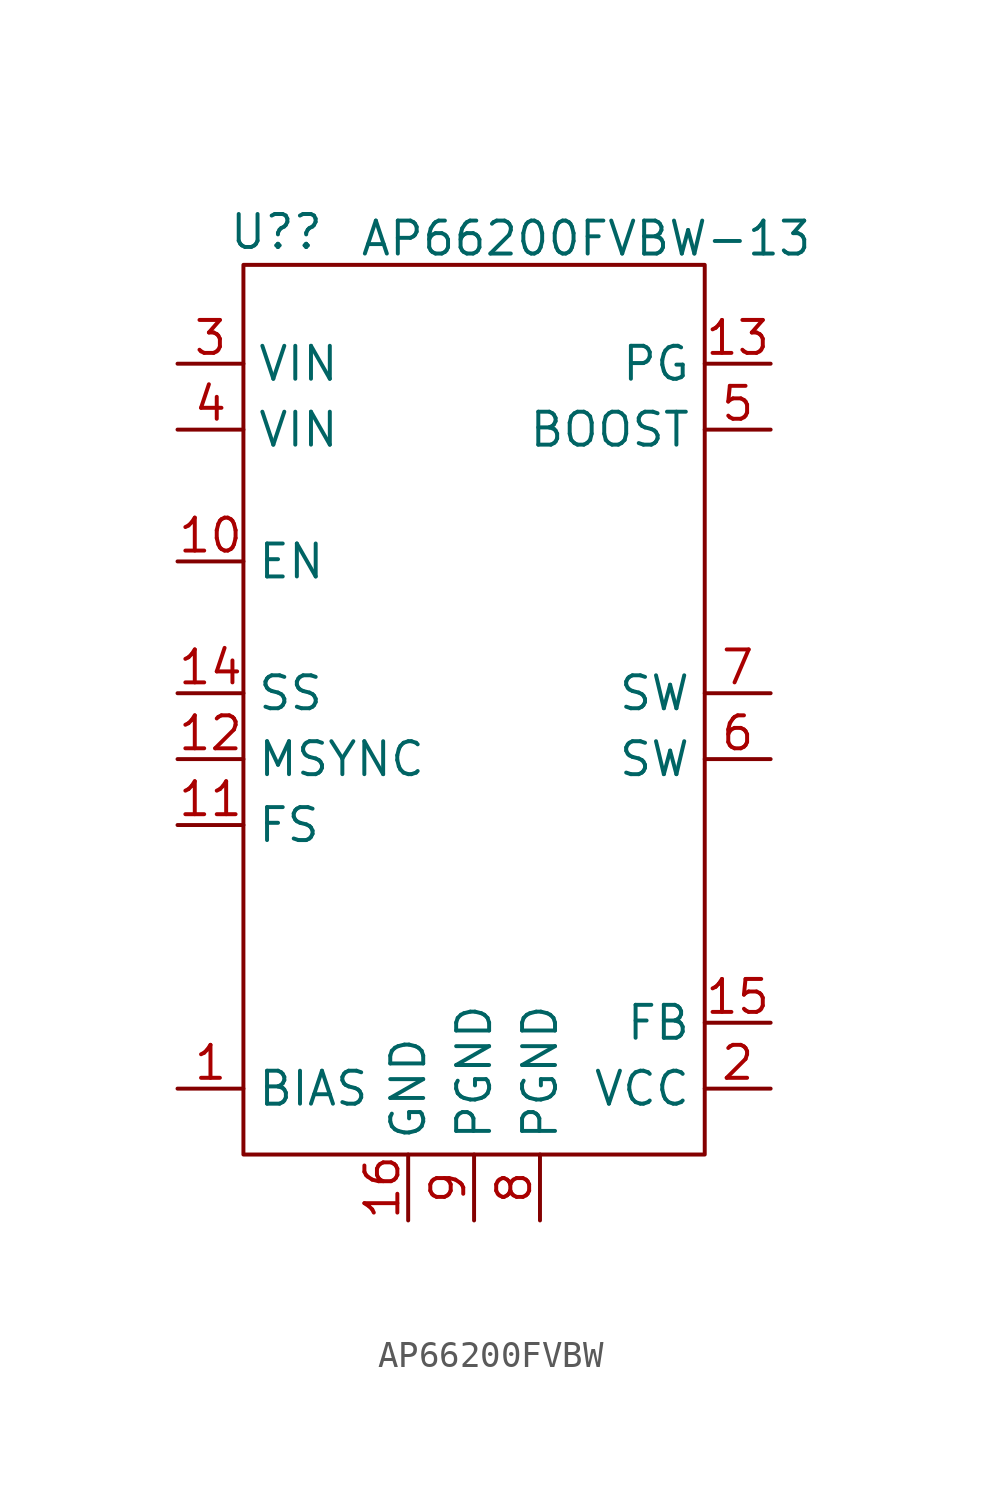
<source format=kicad_sym>
(kicad_symbol_lib
  (version 20231120)
  (generator "kicad_symbol_editor")
  (generator_version "8.0")
  (symbol "AP66200FVBW"
    (property "Reference" "U?"
      (at -7.62 17.78 0)
      (effects (font (size 1.27 1.27))))
    (property "Value" "AP66200FVBW-13"
      (at 4.318 17.526 0)
      (effects (font (size 1.27 1.27))))
    (symbol "AP66200FVBW_0_1"
      (rectangle (start -8.89 16.51) (end 8.89 -17.78) (stroke (width 0) (type default)) (fill (type none))))
    (symbol "AP66200FVBW_1_1"
      (pin power_in line (at -11.43 -15.24 0) (length 2.54) (name "BIAS" (effects (font (size 1.27 1.27)))) (number "1" (effects (font (size 1.27 1.27)))))
      (pin input line (at -11.43 5.08 0) (length 2.54) (name "EN" (effects (font (size 1.27 1.27)))) (number "10" (effects (font (size 1.27 1.27)))))
      (pin input line (at -11.43 -5.08 0) (length 2.54) (name "FS" (effects (font (size 1.27 1.27)))) (number "11" (effects (font (size 1.27 1.27)))))
      (pin input line (at -11.43 -2.54 0) (length 2.54) (name "MSYNC" (effects (font (size 1.27 1.27)))) (number "12" (effects (font (size 1.27 1.27)))))
      (pin open_collector line (at 11.43 12.7 180) (length 2.54) (name "PG" (effects (font (size 1.27 1.27)))) (number "13" (effects (font (size 1.27 1.27)))))
      (pin passive line (at -11.43 0 0) (length 2.54) (name "SS" (effects (font (size 1.27 1.27)))) (number "14" (effects (font (size 1.27 1.27)))))
      (pin input line (at 11.43 -12.7 180) (length 2.54) (name "FB" (effects (font (size 1.27 1.27)))) (number "15" (effects (font (size 1.27 1.27)))))
      (pin passive line (at -2.54 -20.32 90) (length 2.54) (name "GND" (effects (font (size 1.27 1.27)))) (number "16" (effects (font (size 1.27 1.27)))))
      (pin power_in line (at 11.43 -15.24 180) (length 2.54) (name "VCC" (effects (font (size 1.27 1.27)))) (number "2" (effects (font (size 1.27 1.27)))))
      (pin power_in line (at -11.43 12.7 0) (length 2.54) (name "VIN" (effects (font (size 1.27 1.27)))) (number "3" (effects (font (size 1.27 1.27)))))
      (pin power_in line (at -11.43 10.16 0) (length 2.54) (name "VIN" (effects (font (size 1.27 1.27)))) (number "4" (effects (font (size 1.27 1.27)))))
      (pin power_out line (at 11.43 10.16 180) (length 2.54) (name "BOOST" (effects (font (size 1.27 1.27)))) (number "5" (effects (font (size 1.27 1.27)))))
      (pin output line (at 11.43 -2.54 180) (length 2.54) (name "SW" (effects (font (size 1.27 1.27)))) (number "6" (effects (font (size 1.27 1.27)))))
      (pin output line (at 11.43 0 180) (length 2.54) (name "SW" (effects (font (size 1.27 1.27)))) (number "7" (effects (font (size 1.27 1.27)))))
      (pin passive line (at 2.54 -20.32 90) (length 2.54) (name "PGND" (effects (font (size 1.27 1.27)))) (number "8" (effects (font (size 1.27 1.27)))))
      (pin passive line (at 0 -20.32 90) (length 2.54) (name "PGND" (effects (font (size 1.27 1.27)))) (number "9" (effects (font (size 1.27 1.27))))))))
</source>
